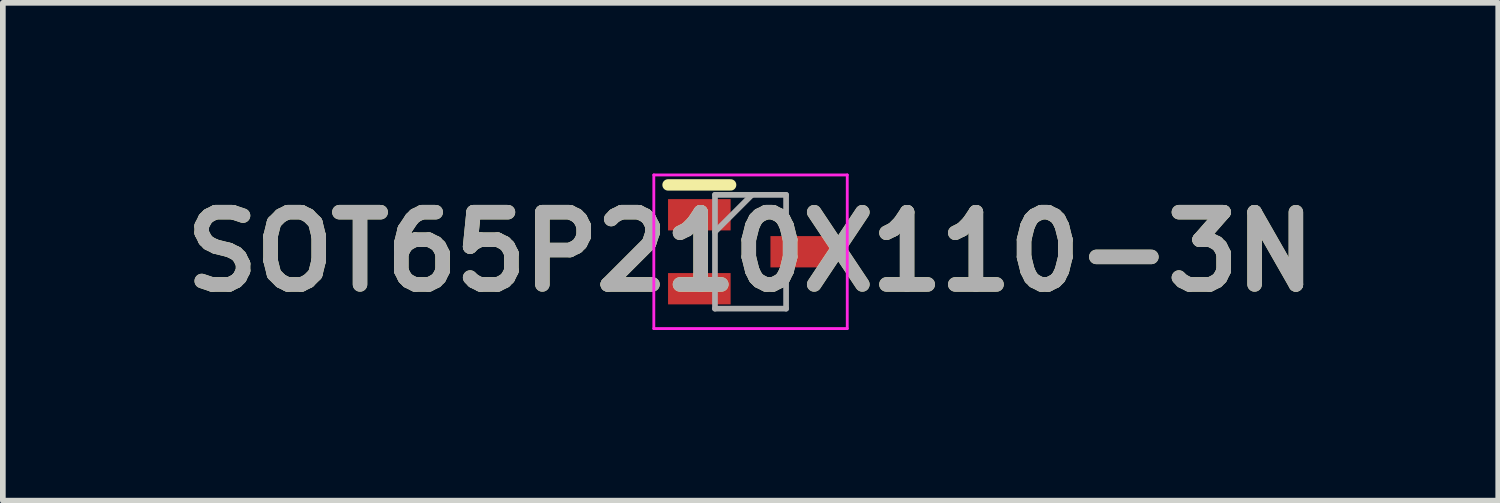
<source format=kicad_pcb>
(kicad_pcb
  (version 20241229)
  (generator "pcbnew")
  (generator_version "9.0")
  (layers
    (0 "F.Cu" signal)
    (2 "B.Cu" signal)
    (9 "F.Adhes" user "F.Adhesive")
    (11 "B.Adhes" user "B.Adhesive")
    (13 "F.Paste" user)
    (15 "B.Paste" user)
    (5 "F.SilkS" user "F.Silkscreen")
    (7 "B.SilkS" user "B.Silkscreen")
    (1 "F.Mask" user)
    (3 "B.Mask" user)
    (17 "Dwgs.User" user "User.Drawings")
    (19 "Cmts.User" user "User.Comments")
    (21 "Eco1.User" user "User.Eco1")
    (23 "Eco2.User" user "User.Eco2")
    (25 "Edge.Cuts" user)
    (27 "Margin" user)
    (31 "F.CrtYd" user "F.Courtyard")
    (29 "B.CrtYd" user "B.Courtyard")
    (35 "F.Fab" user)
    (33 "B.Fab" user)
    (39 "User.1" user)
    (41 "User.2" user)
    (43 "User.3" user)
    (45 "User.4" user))
  (footprint "SOT65P210X110-3N"
    (layer "F.Cu")
    (at 10.142 1.375)
    (property "Reference" "SOT65P210X110-3N" (at 0 0 0) (layer "F.SilkS") (effects (font (size 1.27 1.27) (thickness 0.254))))
    (attr smd)
    (fp_line (start -1.45 -1.175) (end -0.35 -1.175) (stroke (width 0.2) (type solid)) (layer "F.SilkS"))
    (fp_line (start -1.7 -1.35) (end 1.7 -1.35) (stroke (width 0.05) (type solid)) (layer "F.CrtYd"))
    (fp_line (start -1.7 1.35) (end -1.7 -1.35) (stroke (width 0.05) (type solid)) (layer "F.CrtYd"))
    (fp_line (start 1.7 -1.35) (end 1.7 1.35) (stroke (width 0.05) (type solid)) (layer "F.CrtYd"))
    (fp_line (start 1.7 1.35) (end -1.7 1.35) (stroke (width 0.05) (type solid)) (layer "F.CrtYd"))
    (fp_line (start -0.625 -1) (end 0.625 -1) (stroke (width 0.1) (type solid)) (layer "F.Fab"))
    (fp_line (start -0.625 -0.35) (end 0.025 -1) (stroke (width 0.1) (type solid)) (layer "F.Fab"))
    (fp_line (start -0.625 1) (end -0.625 -1) (stroke (width 0.1) (type solid)) (layer "F.Fab"))
    (fp_line (start 0.625 -1) (end 0.625 1) (stroke (width 0.1) (type solid)) (layer "F.Fab"))
    (fp_line (start 0.625 1) (end -0.625 1) (stroke (width 0.1) (type solid)) (layer "F.Fab"))
    (fp_text user "${REFERENCE}" (at 0 0 0) (layer "F.Fab") (effects (font (size 1.27 1.27) (thickness 0.254))))
    (pad "1" smd rect (at -0.9 -0.65 90) (size 0.55 1.1) (layers "F.Cu" "F.Mask" "F.Paste"))
    (pad "2" smd rect (at -0.9 0.65 90) (size 0.55 1.1) (layers "F.Cu" "F.Mask" "F.Paste"))
    (pad "3" smd rect (at 0.9 0 90) (size 0.55 1.1) (layers "F.Cu" "F.Mask" "F.Paste")))
  (gr_rect
    (start -3 -3)
    (end 23.284 5.75)
    (stroke (width 0.1) (type default))
    (fill no)
    (layer "Edge.Cuts")))
</source>
